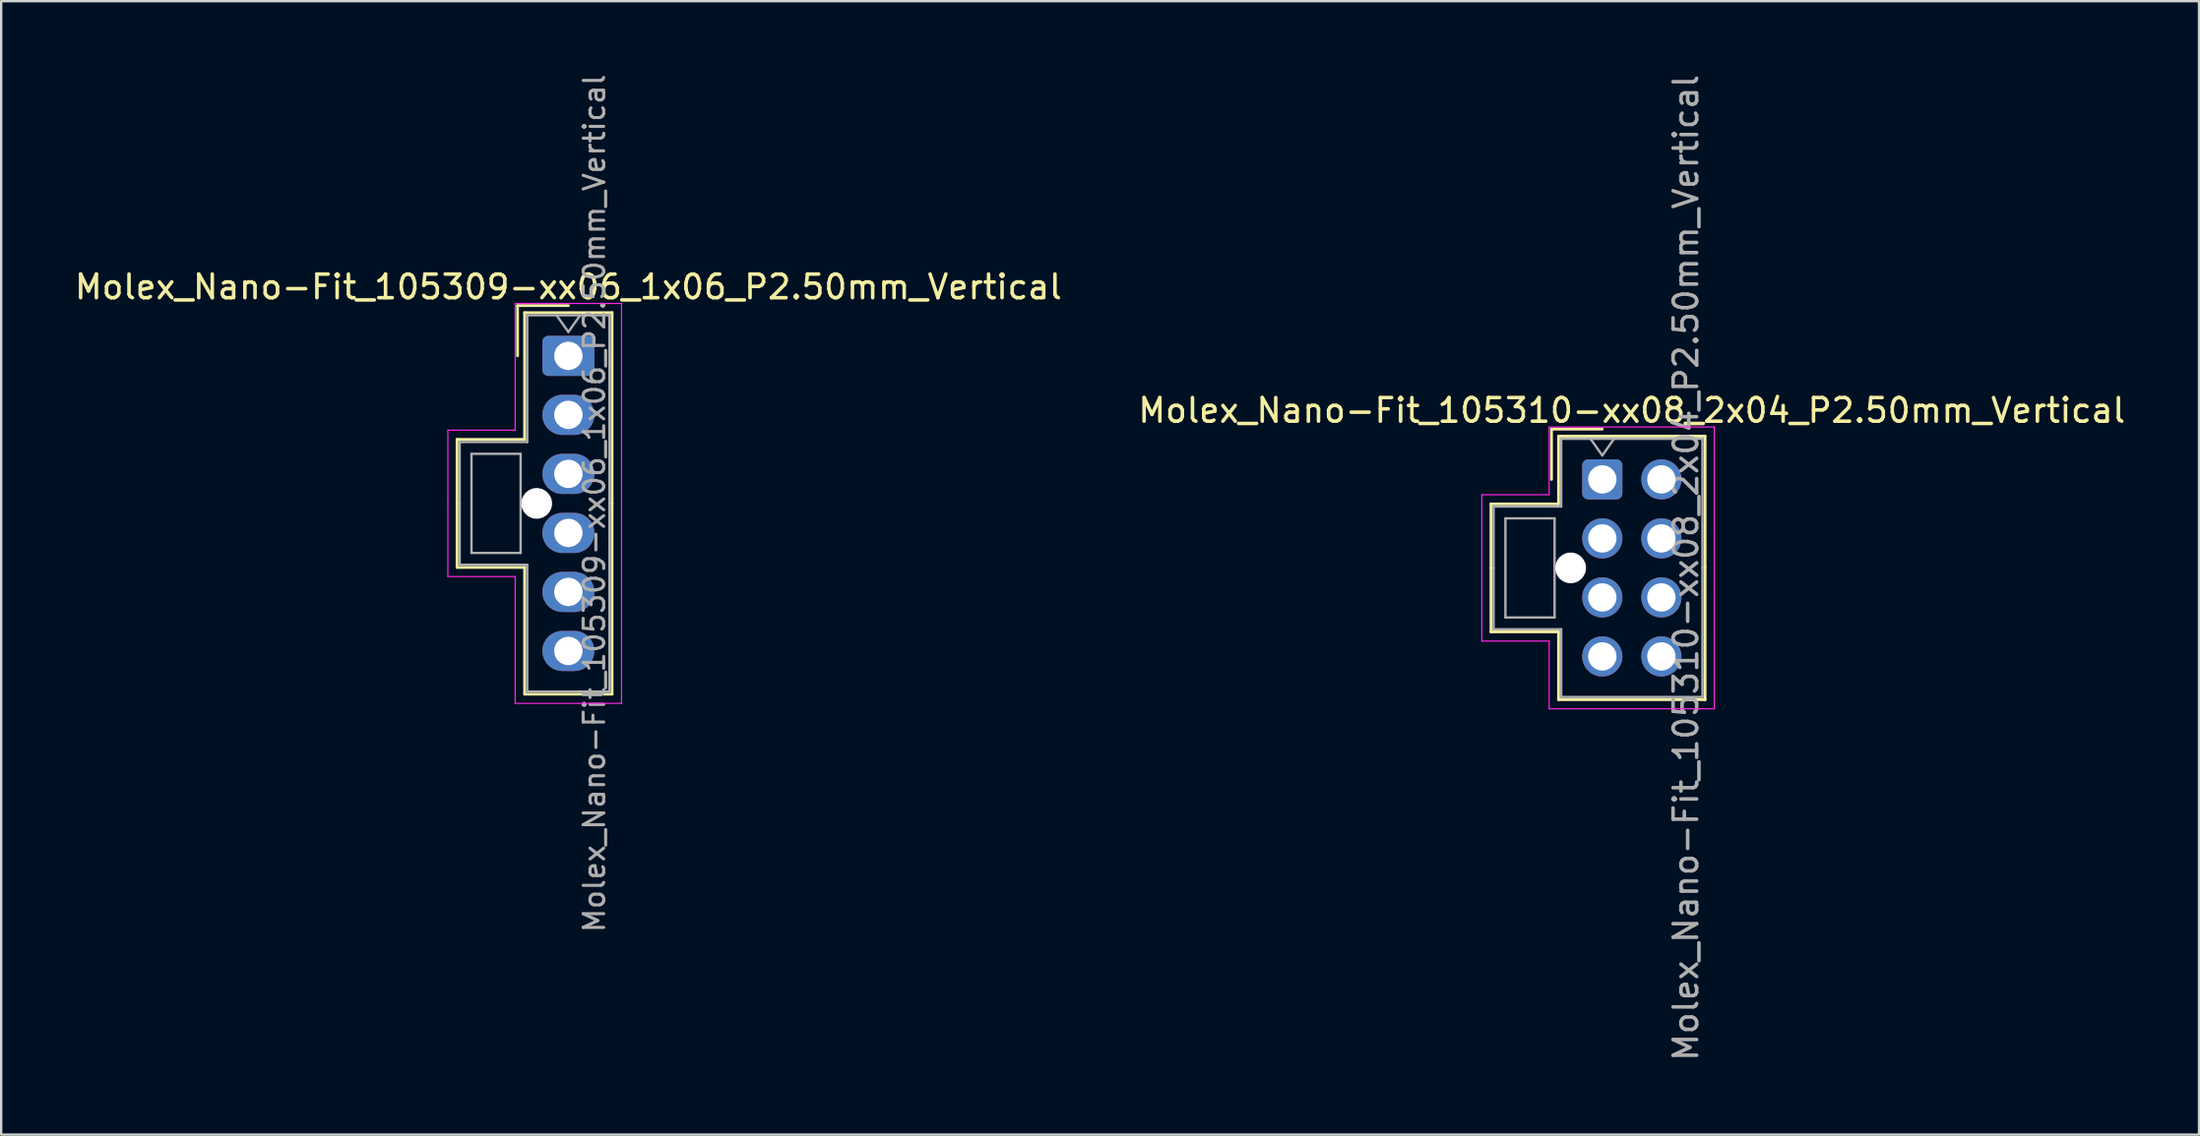
<source format=kicad_pcb>
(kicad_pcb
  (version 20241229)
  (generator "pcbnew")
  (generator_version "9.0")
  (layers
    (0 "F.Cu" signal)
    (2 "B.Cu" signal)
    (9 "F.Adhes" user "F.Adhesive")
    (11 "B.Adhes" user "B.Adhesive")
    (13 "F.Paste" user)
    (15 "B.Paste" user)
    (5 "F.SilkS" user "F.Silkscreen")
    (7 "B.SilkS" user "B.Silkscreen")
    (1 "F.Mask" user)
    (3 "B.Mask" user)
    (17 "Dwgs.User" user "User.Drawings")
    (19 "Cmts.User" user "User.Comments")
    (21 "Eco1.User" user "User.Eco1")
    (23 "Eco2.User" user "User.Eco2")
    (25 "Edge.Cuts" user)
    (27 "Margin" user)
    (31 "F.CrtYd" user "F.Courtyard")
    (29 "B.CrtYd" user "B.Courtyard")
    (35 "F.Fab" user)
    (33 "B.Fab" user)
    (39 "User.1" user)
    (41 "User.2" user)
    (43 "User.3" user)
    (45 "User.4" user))
  (footprint "Molex_Nano-Fit_105309-xx06_1x06_P2.50mm_Vertical"
    (layer "F.Cu")
    (at 21.006 12.024)
    (property "Reference" "Molex_Nano-Fit_105309-xx06_1x06_P2.50mm_Vertical" (at 0 -2.92 0) (layer "F.SilkS") (effects (font (size 1 1) (thickness 0.15))))
    (attr through_hole)
    (fp_line (start -4.71 3.54) (end -4.71 6.25) (stroke (width 0.12) (type solid)) (layer "F.SilkS"))
    (fp_line (start -4.71 8.96) (end -4.71 6.25) (stroke (width 0.12) (type solid)) (layer "F.SilkS"))
    (fp_line (start -2.15 -2.13) (end -2.15 0) (stroke (width 0.12) (type solid)) (layer "F.SilkS"))
    (fp_line (start -1.85 -1.83) (end -1.85 3.54) (stroke (width 0.12) (type solid)) (layer "F.SilkS"))
    (fp_line (start -1.85 3.54) (end -4.71 3.54) (stroke (width 0.12) (type solid)) (layer "F.SilkS"))
    (fp_line (start -1.85 8.96) (end -4.71 8.96) (stroke (width 0.12) (type solid)) (layer "F.SilkS"))
    (fp_line (start -1.85 14.33) (end -1.85 8.96) (stroke (width 0.12) (type solid)) (layer "F.SilkS"))
    (fp_line (start 0 -2.13) (end -2.15 -2.13) (stroke (width 0.12) (type solid)) (layer "F.SilkS"))
    (fp_line (start 1.85 -1.83) (end -1.85 -1.83) (stroke (width 0.12) (type solid)) (layer "F.SilkS"))
    (fp_line (start 1.85 6.25) (end 1.85 -1.83) (stroke (width 0.12) (type solid)) (layer "F.SilkS"))
    (fp_line (start 1.85 6.25) (end 1.85 14.33) (stroke (width 0.12) (type solid)) (layer "F.SilkS"))
    (fp_line (start 1.85 14.33) (end -1.85 14.33) (stroke (width 0.12) (type solid)) (layer "F.SilkS"))
    (fp_line (start -5.1 3.15) (end -5.1 6.25) (stroke (width 0.05) (type solid)) (layer "F.CrtYd"))
    (fp_line (start -5.1 9.35) (end -5.1 6.25) (stroke (width 0.05) (type solid)) (layer "F.CrtYd"))
    (fp_line (start -2.25 -2.22) (end -2.25 3.15) (stroke (width 0.05) (type solid)) (layer "F.CrtYd"))
    (fp_line (start -2.25 3.15) (end -5.1 3.15) (stroke (width 0.05) (type solid)) (layer "F.CrtYd"))
    (fp_line (start -2.25 9.35) (end -5.1 9.35) (stroke (width 0.05) (type solid)) (layer "F.CrtYd"))
    (fp_line (start -2.25 14.72) (end -2.25 9.35) (stroke (width 0.05) (type solid)) (layer "F.CrtYd"))
    (fp_line (start 2.25 -2.22) (end -2.25 -2.22) (stroke (width 0.05) (type solid)) (layer "F.CrtYd"))
    (fp_line (start 2.25 6.25) (end 2.25 -2.22) (stroke (width 0.05) (type solid)) (layer "F.CrtYd"))
    (fp_line (start 2.25 6.25) (end 2.25 14.72) (stroke (width 0.05) (type solid)) (layer "F.CrtYd"))
    (fp_line (start 2.25 14.72) (end -2.25 14.72) (stroke (width 0.05) (type solid)) (layer "F.CrtYd"))
    (fp_line (start -4.6 3.65) (end -4.6 6.25) (stroke (width 0.1) (type solid)) (layer "F.Fab"))
    (fp_line (start -4.6 8.85) (end -4.6 6.25) (stroke (width 0.1) (type solid)) (layer "F.Fab"))
    (fp_line (start -4.1 4.15) (end -4.1 8.35) (stroke (width 0.1) (type solid)) (layer "F.Fab"))
    (fp_line (start -4.1 8.35) (end -2.02 8.35) (stroke (width 0.1) (type solid)) (layer "F.Fab"))
    (fp_line (start -2.02 4.15) (end -4.1 4.15) (stroke (width 0.1) (type solid)) (layer "F.Fab"))
    (fp_line (start -2.02 8.35) (end -2.02 4.15) (stroke (width 0.1) (type solid)) (layer "F.Fab"))
    (fp_line (start -1.74 -1.72) (end -1.74 3.65) (stroke (width 0.1) (type solid)) (layer "F.Fab"))
    (fp_line (start -1.74 3.65) (end -4.6 3.65) (stroke (width 0.1) (type solid)) (layer "F.Fab"))
    (fp_line (start -1.74 8.85) (end -4.6 8.85) (stroke (width 0.1) (type solid)) (layer "F.Fab"))
    (fp_line (start -1.74 14.22) (end -1.74 8.85) (stroke (width 0.1) (type solid)) (layer "F.Fab"))
    (fp_line (start -0.5 -1.72) (end 0 -1.013) (stroke (width 0.1) (type solid)) (layer "F.Fab"))
    (fp_line (start 0 -1.013) (end 0.5 -1.72) (stroke (width 0.1) (type solid)) (layer "F.Fab"))
    (fp_line (start 1.74 -1.72) (end -1.74 -1.72) (stroke (width 0.1) (type solid)) (layer "F.Fab"))
    (fp_line (start 1.74 6.25) (end 1.74 -1.72) (stroke (width 0.1) (type solid)) (layer "F.Fab"))
    (fp_line (start 1.74 6.25) (end 1.74 14.22) (stroke (width 0.1) (type solid)) (layer "F.Fab"))
    (fp_line (start 1.74 14.22) (end -1.74 14.22) (stroke (width 0.1) (type solid)) (layer "F.Fab"))
    (fp_text user "${REFERENCE}" (at 1.1 6.25 90) (layer "F.Fab") (effects (font (size 0.87 0.87) (thickness 0.13))))
    (pad "" np_thru_hole circle (at -1.34 6.25) (size 1.3 1.3) (drill 1.3) (layers "*.Cu" "*.Mask"))
    (pad "1" thru_hole roundrect (at 0 0) (size 2.2 1.7) (drill 1.2) (layers "*.Cu" "*.Mask") (roundrect_rratio 0.147))
    (pad "2" thru_hole oval (at 0 2.5) (size 2.2 1.7) (drill 1.2) (layers "*.Cu" "*.Mask"))
    (pad "3" thru_hole oval (at 0 5) (size 2.2 1.7) (drill 1.2) (layers "*.Cu" "*.Mask"))
    (pad "4" thru_hole oval (at 0 7.5) (size 2.2 1.7) (drill 1.2) (layers "*.Cu" "*.Mask"))
    (pad "5" thru_hole oval (at 0 10) (size 2.2 1.7) (drill 1.2) (layers "*.Cu" "*.Mask"))
    (pad "6" thru_hole oval (at 0 12.5) (size 2.2 1.7) (drill 1.2) (layers "*.Cu" "*.Mask")))
  (footprint "Molex_Nano-Fit_105310-xx08_2x04_P2.50mm_Vertical"
    (layer "F.Cu")
    (at 64.768 17.256)
    (property "Reference" "Molex_Nano-Fit_105310-xx08_2x04_P2.50mm_Vertical" (at 1.25 -2.92 0) (layer "F.SilkS") (effects (font (size 1 1) (thickness 0.15))))
    (attr through_hole)
    (fp_line (start -4.71 1.04) (end -4.71 3.75) (stroke (width 0.12) (type solid)) (layer "F.SilkS"))
    (fp_line (start -4.71 6.46) (end -4.71 3.75) (stroke (width 0.12) (type solid)) (layer "F.SilkS"))
    (fp_line (start -2.15 -2.13) (end -2.15 0) (stroke (width 0.12) (type solid)) (layer "F.SilkS"))
    (fp_line (start -1.85 -1.83) (end -1.85 1.04) (stroke (width 0.12) (type solid)) (layer "F.SilkS"))
    (fp_line (start -1.85 1.04) (end -4.71 1.04) (stroke (width 0.12) (type solid)) (layer "F.SilkS"))
    (fp_line (start -1.85 6.46) (end -4.71 6.46) (stroke (width 0.12) (type solid)) (layer "F.SilkS"))
    (fp_line (start -1.85 9.33) (end -1.85 6.46) (stroke (width 0.12) (type solid)) (layer "F.SilkS"))
    (fp_line (start 0 -2.13) (end -2.15 -2.13) (stroke (width 0.12) (type solid)) (layer "F.SilkS"))
    (fp_line (start 4.35 -1.83) (end -1.85 -1.83) (stroke (width 0.12) (type solid)) (layer "F.SilkS"))
    (fp_line (start 4.35 3.75) (end 4.35 -1.83) (stroke (width 0.12) (type solid)) (layer "F.SilkS"))
    (fp_line (start 4.35 3.75) (end 4.35 9.33) (stroke (width 0.12) (type solid)) (layer "F.SilkS"))
    (fp_line (start 4.35 9.33) (end -1.85 9.33) (stroke (width 0.12) (type solid)) (layer "F.SilkS"))
    (fp_line (start -5.1 0.65) (end -5.1 3.75) (stroke (width 0.05) (type solid)) (layer "F.CrtYd"))
    (fp_line (start -5.1 6.85) (end -5.1 3.75) (stroke (width 0.05) (type solid)) (layer "F.CrtYd"))
    (fp_line (start -2.25 -2.22) (end -2.25 0.65) (stroke (width 0.05) (type solid)) (layer "F.CrtYd"))
    (fp_line (start -2.25 0.65) (end -5.1 0.65) (stroke (width 0.05) (type solid)) (layer "F.CrtYd"))
    (fp_line (start -2.25 6.85) (end -5.1 6.85) (stroke (width 0.05) (type solid)) (layer "F.CrtYd"))
    (fp_line (start -2.25 9.72) (end -2.25 6.85) (stroke (width 0.05) (type solid)) (layer "F.CrtYd"))
    (fp_line (start 4.74 -2.22) (end -2.25 -2.22) (stroke (width 0.05) (type solid)) (layer "F.CrtYd"))
    (fp_line (start 4.74 3.75) (end 4.74 -2.22) (stroke (width 0.05) (type solid)) (layer "F.CrtYd"))
    (fp_line (start 4.74 3.75) (end 4.74 9.72) (stroke (width 0.05) (type solid)) (layer "F.CrtYd"))
    (fp_line (start 4.74 9.72) (end -2.25 9.72) (stroke (width 0.05) (type solid)) (layer "F.CrtYd"))
    (fp_line (start -4.6 1.15) (end -4.6 3.75) (stroke (width 0.1) (type solid)) (layer "F.Fab"))
    (fp_line (start -4.6 6.35) (end -4.6 3.75) (stroke (width 0.1) (type solid)) (layer "F.Fab"))
    (fp_line (start -4.1 1.65) (end -4.1 5.85) (stroke (width 0.1) (type solid)) (layer "F.Fab"))
    (fp_line (start -4.1 5.85) (end -2.02 5.85) (stroke (width 0.1) (type solid)) (layer "F.Fab"))
    (fp_line (start -2.02 1.65) (end -4.1 1.65) (stroke (width 0.1) (type solid)) (layer "F.Fab"))
    (fp_line (start -2.02 5.85) (end -2.02 1.65) (stroke (width 0.1) (type solid)) (layer "F.Fab"))
    (fp_line (start -1.74 -1.72) (end -1.74 1.15) (stroke (width 0.1) (type solid)) (layer "F.Fab"))
    (fp_line (start -1.74 1.15) (end -4.6 1.15) (stroke (width 0.1) (type solid)) (layer "F.Fab"))
    (fp_line (start -1.74 6.35) (end -4.6 6.35) (stroke (width 0.1) (type solid)) (layer "F.Fab"))
    (fp_line (start -1.74 9.22) (end -1.74 6.35) (stroke (width 0.1) (type solid)) (layer "F.Fab"))
    (fp_line (start -0.5 -1.72) (end 0 -1.013) (stroke (width 0.1) (type solid)) (layer "F.Fab"))
    (fp_line (start 0 -1.013) (end 0.5 -1.72) (stroke (width 0.1) (type solid)) (layer "F.Fab"))
    (fp_line (start 4.24 -1.72) (end -1.74 -1.72) (stroke (width 0.1) (type solid)) (layer "F.Fab"))
    (fp_line (start 4.24 3.75) (end 4.24 -1.72) (stroke (width 0.1) (type solid)) (layer "F.Fab"))
    (fp_line (start 4.24 3.75) (end 4.24 9.22) (stroke (width 0.1) (type solid)) (layer "F.Fab"))
    (fp_line (start 4.24 9.22) (end -1.74 9.22) (stroke (width 0.1) (type solid)) (layer "F.Fab"))
    (fp_text user "${REFERENCE}" (at 3.54 3.75 90) (layer "F.Fab") (effects (font (size 1 1) (thickness 0.15))))
    (pad "" np_thru_hole circle (at -1.34 3.75) (size 1.3 1.3) (drill 1.3) (layers "*.Cu" "*.Mask"))
    (pad "1" thru_hole roundrect (at 0 0) (size 1.7 1.7) (drill 1.2) (layers "*.Cu" "*.Mask") (roundrect_rratio 0.147))
    (pad "2" thru_hole circle (at 0 2.5) (size 1.7 1.7) (drill 1.2) (layers "*.Cu" "*.Mask"))
    (pad "3" thru_hole circle (at 0 5) (size 1.7 1.7) (drill 1.2) (layers "*.Cu" "*.Mask"))
    (pad "4" thru_hole circle (at 0 7.5) (size 1.7 1.7) (drill 1.2) (layers "*.Cu" "*.Mask"))
    (pad "5" thru_hole circle (at 2.5 0) (size 1.7 1.7) (drill 1.2) (layers "*.Cu" "*.Mask"))
    (pad "6" thru_hole circle (at 2.5 2.5) (size 1.7 1.7) (drill 1.2) (layers "*.Cu" "*.Mask"))
    (pad "7" thru_hole circle (at 2.5 5) (size 1.7 1.7) (drill 1.2) (layers "*.Cu" "*.Mask"))
    (pad "8" thru_hole circle (at 2.5 7.5) (size 1.7 1.7) (drill 1.2) (layers "*.Cu" "*.Mask")))
  (gr_rect
    (start -3 -3)
    (end 90.024 45.012)
    (stroke (width 0.1) (type default))
    (fill no)
    (layer "Edge.Cuts")))
</source>
